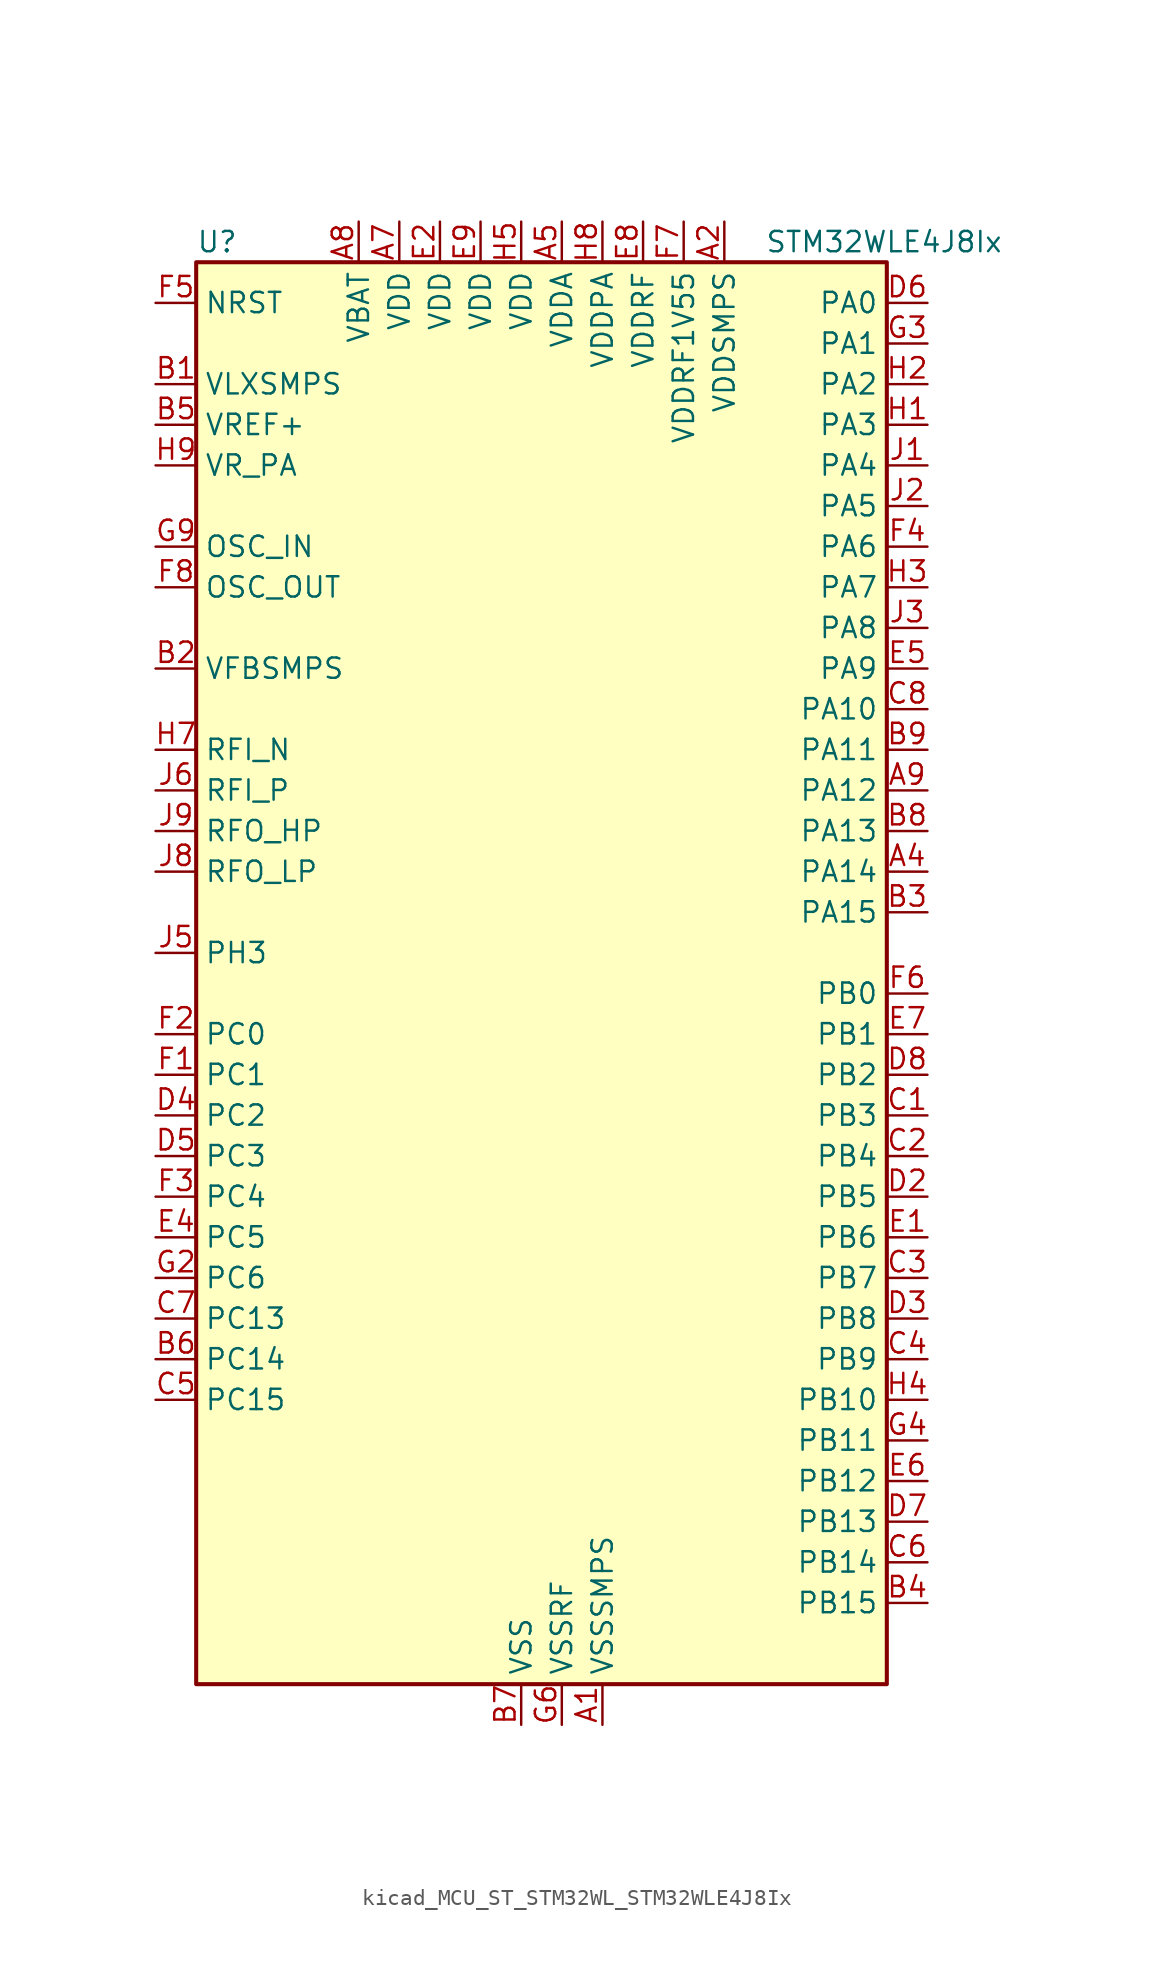
<source format=kicad_sym>
(kicad_symbol_lib
  (version 20220914)
  (generator kicad_symbol_editor)
  (symbol "kicad_MCU_ST_STM32WL_STM32WLE4J8Ix"
    (property "Reference" "U"
      (at -20.32 46.99 0)
      (effects (font (size 1.27 1.27)) (justify left)))
    (property "Value" "STM32WLE4J8Ix"
      (at 15.24 46.99 0)
      (effects (font (size 1.27 1.27)) (justify left)))
    (property "ki_locked" ""
      (at 0 0 0)
      (effects (font (size 1.27 1.27))))
    (symbol "kicad_MCU_ST_STM32WL_STM32WLE4J8Ix_0_1"
      (rectangle (start -20.32 -43.18) (end 22.86 45.72) (stroke (width 0.254) (type default)) (fill (type background))))
    (symbol "kicad_MCU_ST_STM32WL_STM32WLE4J8Ix_1_1"
      (pin power_in line (at 5.08 -45.72 90) (length 2.54) (name "VSSSMPS" (effects (font (size 1.27 1.27)))) (number "A1" (effects (font (size 1.27 1.27)))))
      (pin power_in line (at 12.7 48.26 270) (length 2.54) (name "VDDSMPS" (effects (font (size 1.27 1.27)))) (number "A2" (effects (font (size 1.27 1.27)))))
      (pin bidirectional line (at 25.4 7.62 180) (length 2.54) (name "PA14" (effects (font (size 1.27 1.27)))) (number "A4" (effects (font (size 1.27 1.27)))) (alternate "ADC_IN10" bidirectional line) (alternate "DEBUG_JTCK-SWCLK" bidirectional line) (alternate "I2C1_SMBA" bidirectional line) (alternate "LPTIM1_OUT" bidirectional line))
      (pin power_in line (at 2.54 48.26 270) (length 2.54) (name "VDDA" (effects (font (size 1.27 1.27)))) (number "A5" (effects (font (size 1.27 1.27)))))
      (pin power_in line (at -7.62 48.26 270) (length 2.54) (name "VDD" (effects (font (size 1.27 1.27)))) (number "A7" (effects (font (size 1.27 1.27)))))
      (pin power_in line (at -10.16 48.26 270) (length 2.54) (name "VBAT" (effects (font (size 1.27 1.27)))) (number "A8" (effects (font (size 1.27 1.27)))))
      (pin bidirectional line (at 25.4 12.7 180) (length 2.54) (name "PA12" (effects (font (size 1.27 1.27)))) (number "A9" (effects (font (size 1.27 1.27)))) (alternate "ADC_IN8" bidirectional line) (alternate "DEBUG_RF-BUSY" bidirectional line) (alternate "I2C2_SCL" bidirectional line) (alternate "LPTIM3_IN1" bidirectional line) (alternate "SPI1_MOSI" bidirectional line) (alternate "TIM1_ETR" bidirectional line) (alternate "USART1_DE" bidirectional line) (alternate "USART1_RTS" bidirectional line))
      (pin power_in line (at -22.86 38.1 0) (length 2.54) (name "VLXSMPS" (effects (font (size 1.27 1.27)))) (number "B1" (effects (font (size 1.27 1.27)))))
      (pin input line (at -22.86 20.32 0) (length 2.54) (name "VFBSMPS" (effects (font (size 1.27 1.27)))) (number "B2" (effects (font (size 1.27 1.27)))))
      (pin bidirectional line (at 25.4 5.08 180) (length 2.54) (name "PA15" (effects (font (size 1.27 1.27)))) (number "B3" (effects (font (size 1.27 1.27)))) (alternate "ADC_IN11" bidirectional line) (alternate "COMP1_INM" bidirectional line) (alternate "COMP2_INP" bidirectional line) (alternate "DEBUG_JTDI" bidirectional line) (alternate "I2C2_SDA" bidirectional line) (alternate "SPI1_NSS" bidirectional line) (alternate "TIM2_CH1" bidirectional line) (alternate "TIM2_ETR" bidirectional line))
      (pin bidirectional line (at 25.4 -38.1 180) (length 2.54) (name "PB15" (effects (font (size 1.27 1.27)))) (number "B4" (effects (font (size 1.27 1.27)))) (alternate "I2C2_SCL" bidirectional line) (alternate "I2S2_SD" bidirectional line) (alternate "SPI2_MOSI" bidirectional line) (alternate "TIM1_CH3N" bidirectional line))
      (pin input line (at -22.86 35.56 0) (length 2.54) (name "VREF+" (effects (font (size 1.27 1.27)))) (number "B5" (effects (font (size 1.27 1.27)))) (alternate "VREFBUF_OUT" bidirectional line))
      (pin bidirectional line (at -22.86 -22.86 0) (length 2.54) (name "PC14" (effects (font (size 1.27 1.27)))) (number "B6" (effects (font (size 1.27 1.27)))) (alternate "RCC_OSC32_IN" bidirectional line))
      (pin power_in line (at 0 -45.72 90) (length 2.54) (name "VSS" (effects (font (size 1.27 1.27)))) (number "B7" (effects (font (size 1.27 1.27)))))
      (pin bidirectional line (at 25.4 10.16 180) (length 2.54) (name "PA13" (effects (font (size 1.27 1.27)))) (number "B8" (effects (font (size 1.27 1.27)))) (alternate "ADC_IN9" bidirectional line) (alternate "DEBUG_JTMS-SWDIO" bidirectional line) (alternate "I2C2_SMBA" bidirectional line) (alternate "IR_OUT" bidirectional line))
      (pin bidirectional line (at 25.4 15.24 180) (length 2.54) (name "PA11" (effects (font (size 1.27 1.27)))) (number "B9" (effects (font (size 1.27 1.27)))) (alternate "ADC_EXTI11" bidirectional line) (alternate "ADC_IN7" bidirectional line) (alternate "COMP1_INM" bidirectional line) (alternate "COMP2_INM" bidirectional line) (alternate "DEBUG_RF-NRESET" bidirectional line) (alternate "I2C2_SDA" bidirectional line) (alternate "LPTIM3_ETR" bidirectional line) (alternate "SPI1_MISO" bidirectional line) (alternate "TIM1_BKIN2" bidirectional line) (alternate "TIM1_CH4" bidirectional line) (alternate "USART1_CTS" bidirectional line) (alternate "USART1_NSS" bidirectional line))
      (pin bidirectional line (at 25.4 -7.62 180) (length 2.54) (name "PB3" (effects (font (size 1.27 1.27)))) (number "C1" (effects (font (size 1.27 1.27)))) (alternate "ADC_IN2" bidirectional line) (alternate "COMP1_INM" bidirectional line) (alternate "COMP2_INM" bidirectional line) (alternate "DEBUG_JTDO-SWO" bidirectional line) (alternate "DEBUG_RF-DTB1" bidirectional line) (alternate "PWR_WKUP3" bidirectional line) (alternate "RTC_TAMP_IN3" bidirectional line) (alternate "SPI1_SCK" bidirectional line) (alternate "TIM2_CH2" bidirectional line) (alternate "USART1_DE" bidirectional line) (alternate "USART1_RTS" bidirectional line))
      (pin bidirectional line (at 25.4 -10.16 180) (length 2.54) (name "PB4" (effects (font (size 1.27 1.27)))) (number "C2" (effects (font (size 1.27 1.27)))) (alternate "ADC_IN3" bidirectional line) (alternate "COMP1_INP" bidirectional line) (alternate "COMP2_INP" bidirectional line) (alternate "DEBUG_JTRST" bidirectional line) (alternate "DEBUG_RF-LDORDY" bidirectional line) (alternate "I2C3_SDA" bidirectional line) (alternate "SPI1_MISO" bidirectional line) (alternate "TIM17_BKIN" bidirectional line) (alternate "USART1_CTS" bidirectional line) (alternate "USART1_NSS" bidirectional line))
      (pin bidirectional line (at 25.4 -17.78 180) (length 2.54) (name "PB7" (effects (font (size 1.27 1.27)))) (number "C3" (effects (font (size 1.27 1.27)))) (alternate "I2C1_SDA" bidirectional line) (alternate "LPTIM1_IN2" bidirectional line) (alternate "PWR_PVD_IN" bidirectional line) (alternate "TIM17_CH1N" bidirectional line) (alternate "TIM1_BKIN" bidirectional line) (alternate "USART1_RX" bidirectional line))
      (pin bidirectional line (at 25.4 -22.86 180) (length 2.54) (name "PB9" (effects (font (size 1.27 1.27)))) (number "C4" (effects (font (size 1.27 1.27)))) (alternate "DAC_EXTI9" bidirectional line) (alternate "I2C1_SDA" bidirectional line) (alternate "I2S2_WS" bidirectional line) (alternate "IR_OUT" bidirectional line) (alternate "SPI2_NSS" bidirectional line) (alternate "TIM17_CH1" bidirectional line) (alternate "TIM1_CH3N" bidirectional line))
      (pin bidirectional line (at -22.86 -25.4 0) (length 2.54) (name "PC15" (effects (font (size 1.27 1.27)))) (number "C5" (effects (font (size 1.27 1.27)))) (alternate "RCC_OSC32_OUT" bidirectional line))
      (pin bidirectional line (at 25.4 -35.56 180) (length 2.54) (name "PB14" (effects (font (size 1.27 1.27)))) (number "C6" (effects (font (size 1.27 1.27)))) (alternate "ADC_IN1" bidirectional line) (alternate "I2C3_SDA" bidirectional line) (alternate "I2S2_MCK" bidirectional line) (alternate "SPI2_MISO" bidirectional line) (alternate "TIM1_CH2N" bidirectional line))
      (pin bidirectional line (at -22.86 -20.32 0) (length 2.54) (name "PC13" (effects (font (size 1.27 1.27)))) (number "C7" (effects (font (size 1.27 1.27)))) (alternate "PWR_WKUP2" bidirectional line) (alternate "RTC_OUT1" bidirectional line) (alternate "RTC_TAMP_IN1" bidirectional line) (alternate "RTC_TS" bidirectional line))
      (pin bidirectional line (at 25.4 17.78 180) (length 2.54) (name "PA10" (effects (font (size 1.27 1.27)))) (number "C8" (effects (font (size 1.27 1.27)))) (alternate "ADC_IN6" bidirectional line) (alternate "COMP1_INM" bidirectional line) (alternate "COMP2_INM" bidirectional line) (alternate "DAC_OUT1" bidirectional line) (alternate "DEBUG_RF-HSE32RDY" bidirectional line) (alternate "I2C1_SDA" bidirectional line) (alternate "I2S2_SD" bidirectional line) (alternate "RTC_REFIN" bidirectional line) (alternate "SPI2_MOSI" bidirectional line) (alternate "TIM17_BKIN" bidirectional line) (alternate "TIM1_CH3" bidirectional line) (alternate "USART1_RX" bidirectional line))
      (pin bidirectional line (at 25.4 -12.7 180) (length 2.54) (name "PB5" (effects (font (size 1.27 1.27)))) (number "D2" (effects (font (size 1.27 1.27)))) (alternate "COMP2_OUT" bidirectional line) (alternate "I2C1_SMBA" bidirectional line) (alternate "LPTIM1_IN1" bidirectional line) (alternate "SPI1_MOSI" bidirectional line) (alternate "TIM16_BKIN" bidirectional line) (alternate "USART1_CK" bidirectional line))
      (pin bidirectional line (at 25.4 -20.32 180) (length 2.54) (name "PB8" (effects (font (size 1.27 1.27)))) (number "D3" (effects (font (size 1.27 1.27)))) (alternate "I2C1_SCL" bidirectional line) (alternate "TIM16_CH1" bidirectional line) (alternate "TIM1_CH2N" bidirectional line))
      (pin bidirectional line (at -22.86 -7.62 0) (length 2.54) (name "PC2" (effects (font (size 1.27 1.27)))) (number "D4" (effects (font (size 1.27 1.27)))) (alternate "LPTIM1_IN2" bidirectional line) (alternate "SPI2_MISO" bidirectional line))
      (pin bidirectional line (at -22.86 -10.16 0) (length 2.54) (name "PC3" (effects (font (size 1.27 1.27)))) (number "D5" (effects (font (size 1.27 1.27)))) (alternate "I2S2_SD" bidirectional line) (alternate "LPTIM1_ETR" bidirectional line) (alternate "LPTIM2_ETR" bidirectional line) (alternate "SPI2_MOSI" bidirectional line))
      (pin bidirectional line (at 25.4 43.18 180) (length 2.54) (name "PA0" (effects (font (size 1.27 1.27)))) (number "D6" (effects (font (size 1.27 1.27)))) (alternate "COMP1_OUT" bidirectional line) (alternate "DEBUG_PWR-REGLP1S" bidirectional line) (alternate "I2C3_SMBA" bidirectional line) (alternate "I2S_CKIN" bidirectional line) (alternate "PWR_WKUP1" bidirectional line) (alternate "RTC_TAMP_IN2" bidirectional line) (alternate "TIM2_CH1" bidirectional line) (alternate "TIM2_ETR" bidirectional line) (alternate "USART2_CTS" bidirectional line) (alternate "USART2_NSS" bidirectional line))
      (pin bidirectional line (at 25.4 -33.02 180) (length 2.54) (name "PB13" (effects (font (size 1.27 1.27)))) (number "D7" (effects (font (size 1.27 1.27)))) (alternate "ADC_IN0" bidirectional line) (alternate "I2C3_SCL" bidirectional line) (alternate "I2S2_CK" bidirectional line) (alternate "LPUART1_CTS" bidirectional line) (alternate "SPI2_SCK" bidirectional line) (alternate "TIM1_CH1N" bidirectional line))
      (pin bidirectional line (at 25.4 -5.08 180) (length 2.54) (name "PB2" (effects (font (size 1.27 1.27)))) (number "D8" (effects (font (size 1.27 1.27)))) (alternate "ADC_IN4" bidirectional line) (alternate "COMP1_INP" bidirectional line) (alternate "COMP2_INM" bidirectional line) (alternate "DEBUG_RF-SMPSRDY" bidirectional line) (alternate "I2C3_SMBA" bidirectional line) (alternate "LPTIM1_OUT" bidirectional line) (alternate "SPI1_NSS" bidirectional line))
      (pin passive line (at 0 -45.72 90) (length 2.54) hide (name "VSS" (effects (font (size 1.27 1.27)))) (number "D9" (effects (font (size 1.27 1.27)))))
      (pin bidirectional line (at 25.4 -15.24 180) (length 2.54) (name "PB6" (effects (font (size 1.27 1.27)))) (number "E1" (effects (font (size 1.27 1.27)))) (alternate "I2C1_SCL" bidirectional line) (alternate "LPTIM1_ETR" bidirectional line) (alternate "TIM16_CH1N" bidirectional line) (alternate "USART1_TX" bidirectional line))
      (pin power_in line (at -5.08 48.26 270) (length 2.54) (name "VDD" (effects (font (size 1.27 1.27)))) (number "E2" (effects (font (size 1.27 1.27)))))
      (pin passive line (at 0 -45.72 90) (length 2.54) hide (name "VSS" (effects (font (size 1.27 1.27)))) (number "E3" (effects (font (size 1.27 1.27)))))
      (pin bidirectional line (at -22.86 -15.24 0) (length 2.54) (name "PC5" (effects (font (size 1.27 1.27)))) (number "E4" (effects (font (size 1.27 1.27)))))
      (pin bidirectional line (at 25.4 20.32 180) (length 2.54) (name "PA9" (effects (font (size 1.27 1.27)))) (number "E5" (effects (font (size 1.27 1.27)))) (alternate "DAC_EXTI9" bidirectional line) (alternate "I2C1_SCL" bidirectional line) (alternate "I2S2_CK" bidirectional line) (alternate "I2S2_WS" bidirectional line) (alternate "SPI2_NSS" bidirectional line) (alternate "SPI2_SCK" bidirectional line) (alternate "TIM1_CH2" bidirectional line) (alternate "USART1_TX" bidirectional line))
      (pin bidirectional line (at 25.4 -30.48 180) (length 2.54) (name "PB12" (effects (font (size 1.27 1.27)))) (number "E6" (effects (font (size 1.27 1.27)))) (alternate "I2C3_SMBA" bidirectional line) (alternate "I2S2_WS" bidirectional line) (alternate "LPUART1_RTS" bidirectional line) (alternate "SPI2_NSS" bidirectional line) (alternate "TIM1_BKIN" bidirectional line))
      (pin bidirectional line (at 25.4 -2.54 180) (length 2.54) (name "PB1" (effects (font (size 1.27 1.27)))) (number "E7" (effects (font (size 1.27 1.27)))) (alternate "ADC_IN5" bidirectional line) (alternate "COMP2_INP" bidirectional line) (alternate "LPTIM2_IN1" bidirectional line) (alternate "LPUART1_DE" bidirectional line) (alternate "LPUART1_RTS" bidirectional line))
      (pin power_in line (at 7.62 48.26 270) (length 2.54) (name "VDDRF" (effects (font (size 1.27 1.27)))) (number "E8" (effects (font (size 1.27 1.27)))))
      (pin power_in line (at -2.54 48.26 270) (length 2.54) (name "VDD" (effects (font (size 1.27 1.27)))) (number "E9" (effects (font (size 1.27 1.27)))))
      (pin bidirectional line (at -22.86 -5.08 0) (length 2.54) (name "PC1" (effects (font (size 1.27 1.27)))) (number "F1" (effects (font (size 1.27 1.27)))) (alternate "I2C3_SDA" bidirectional line) (alternate "I2S2_SD" bidirectional line) (alternate "LPTIM1_OUT" bidirectional line) (alternate "LPUART1_TX" bidirectional line) (alternate "SPI2_MOSI" bidirectional line))
      (pin bidirectional line (at -22.86 -2.54 0) (length 2.54) (name "PC0" (effects (font (size 1.27 1.27)))) (number "F2" (effects (font (size 1.27 1.27)))) (alternate "I2C3_SCL" bidirectional line) (alternate "LPTIM1_IN1" bidirectional line) (alternate "LPTIM2_IN1" bidirectional line) (alternate "LPUART1_RX" bidirectional line))
      (pin bidirectional line (at -22.86 -12.7 0) (length 2.54) (name "PC4" (effects (font (size 1.27 1.27)))) (number "F3" (effects (font (size 1.27 1.27)))))
      (pin bidirectional line (at 25.4 27.94 180) (length 2.54) (name "PA6" (effects (font (size 1.27 1.27)))) (number "F4" (effects (font (size 1.27 1.27)))) (alternate "DEBUG_SUBGHZSPI-MISOOUT" bidirectional line) (alternate "I2C2_SMBA" bidirectional line) (alternate "LPUART1_CTS" bidirectional line) (alternate "SPI1_MISO" bidirectional line) (alternate "TIM16_CH1" bidirectional line) (alternate "TIM1_BKIN" bidirectional line))
      (pin input line (at -22.86 43.18 0) (length 2.54) (name "NRST" (effects (font (size 1.27 1.27)))) (number "F5" (effects (font (size 1.27 1.27)))))
      (pin bidirectional line (at 25.4 0 180) (length 2.54) (name "PB0" (effects (font (size 1.27 1.27)))) (number "F6" (effects (font (size 1.27 1.27)))) (alternate "COMP1_OUT" bidirectional line) (alternate "VDDTCXO" bidirectional line))
      (pin power_in line (at 10.16 48.26 270) (length 2.54) (name "VDDRF1V55" (effects (font (size 1.27 1.27)))) (number "F7" (effects (font (size 1.27 1.27)))))
      (pin input line (at -22.86 25.4 0) (length 2.54) (name "OSC_OUT" (effects (font (size 1.27 1.27)))) (number "F8" (effects (font (size 1.27 1.27)))) (alternate "RCC_OSC_OUT" bidirectional line))
      (pin bidirectional line (at -22.86 -17.78 0) (length 2.54) (name "PC6" (effects (font (size 1.27 1.27)))) (number "G2" (effects (font (size 1.27 1.27)))) (alternate "I2S2_MCK" bidirectional line))
      (pin bidirectional line (at 25.4 40.64 180) (length 2.54) (name "PA1" (effects (font (size 1.27 1.27)))) (number "G3" (effects (font (size 1.27 1.27)))) (alternate "DEBUG_PWR-REGLP2S" bidirectional line) (alternate "I2C1_SMBA" bidirectional line) (alternate "LPTIM3_OUT" bidirectional line) (alternate "LPUART1_RTS" bidirectional line) (alternate "SPI1_SCK" bidirectional line) (alternate "TIM2_CH2" bidirectional line) (alternate "USART2_DE" bidirectional line) (alternate "USART2_RTS" bidirectional line))
      (pin bidirectional line (at 25.4 -27.94 180) (length 2.54) (name "PB11" (effects (font (size 1.27 1.27)))) (number "G4" (effects (font (size 1.27 1.27)))) (alternate "ADC_EXTI11" bidirectional line) (alternate "COMP2_OUT" bidirectional line) (alternate "I2C3_SDA" bidirectional line) (alternate "LPUART1_TX" bidirectional line) (alternate "TIM2_CH4" bidirectional line))
      (pin passive line (at 0 -45.72 90) (length 2.54) hide (name "VSS" (effects (font (size 1.27 1.27)))) (number "G5" (effects (font (size 1.27 1.27)))))
      (pin power_in line (at 2.54 -45.72 90) (length 2.54) (name "VSSRF" (effects (font (size 1.27 1.27)))) (number "G6" (effects (font (size 1.27 1.27)))))
      (pin passive line (at 2.54 -45.72 90) (length 2.54) hide (name "VSSRF" (effects (font (size 1.27 1.27)))) (number "G7" (effects (font (size 1.27 1.27)))))
      (pin passive line (at 2.54 -45.72 90) (length 2.54) hide (name "VSSRF" (effects (font (size 1.27 1.27)))) (number "G8" (effects (font (size 1.27 1.27)))))
      (pin input line (at -22.86 27.94 0) (length 2.54) (name "OSC_IN" (effects (font (size 1.27 1.27)))) (number "G9" (effects (font (size 1.27 1.27)))) (alternate "RCC_OSC_IN" bidirectional line))
      (pin bidirectional line (at 25.4 35.56 180) (length 2.54) (name "PA3" (effects (font (size 1.27 1.27)))) (number "H1" (effects (font (size 1.27 1.27)))) (alternate "I2S2_MCK" bidirectional line) (alternate "LPUART1_RX" bidirectional line) (alternate "TIM2_CH4" bidirectional line) (alternate "USART2_RX" bidirectional line))
      (pin bidirectional line (at 25.4 38.1 180) (length 2.54) (name "PA2" (effects (font (size 1.27 1.27)))) (number "H2" (effects (font (size 1.27 1.27)))) (alternate "COMP2_OUT" bidirectional line) (alternate "DEBUG_PWR-LDORDY" bidirectional line) (alternate "LPUART1_TX" bidirectional line) (alternate "RCC_LSCO" bidirectional line) (alternate "TIM2_CH3" bidirectional line) (alternate "USART2_TX" bidirectional line))
      (pin bidirectional line (at 25.4 25.4 180) (length 2.54) (name "PA7" (effects (font (size 1.27 1.27)))) (number "H3" (effects (font (size 1.27 1.27)))) (alternate "COMP2_OUT" bidirectional line) (alternate "DEBUG_SUBGHZSPI-MOSIOUT" bidirectional line) (alternate "I2C3_SCL" bidirectional line) (alternate "SPI1_MOSI" bidirectional line) (alternate "TIM17_CH1" bidirectional line) (alternate "TIM1_CH1N" bidirectional line))
      (pin bidirectional line (at 25.4 -25.4 180) (length 2.54) (name "PB10" (effects (font (size 1.27 1.27)))) (number "H4" (effects (font (size 1.27 1.27)))) (alternate "COMP1_OUT" bidirectional line) (alternate "I2C3_SCL" bidirectional line) (alternate "I2S2_CK" bidirectional line) (alternate "LPUART1_RX" bidirectional line) (alternate "SPI2_SCK" bidirectional line) (alternate "TIM2_CH3" bidirectional line))
      (pin power_in line (at 0 48.26 270) (length 2.54) (name "VDD" (effects (font (size 1.27 1.27)))) (number "H5" (effects (font (size 1.27 1.27)))))
      (pin passive line (at 2.54 -45.72 90) (length 2.54) hide (name "VSSRF" (effects (font (size 1.27 1.27)))) (number "H6" (effects (font (size 1.27 1.27)))))
      (pin bidirectional line (at -22.86 15.24 0) (length 2.54) (name "RFI_N" (effects (font (size 1.27 1.27)))) (number "H7" (effects (font (size 1.27 1.27)))))
      (pin power_in line (at 5.08 48.26 270) (length 2.54) (name "VDDPA" (effects (font (size 1.27 1.27)))) (number "H8" (effects (font (size 1.27 1.27)))))
      (pin power_in line (at -22.86 33.02 0) (length 2.54) (name "VR_PA" (effects (font (size 1.27 1.27)))) (number "H9" (effects (font (size 1.27 1.27)))))
      (pin bidirectional line (at 25.4 33.02 180) (length 2.54) (name "PA4" (effects (font (size 1.27 1.27)))) (number "J1" (effects (font (size 1.27 1.27)))) (alternate "DEBUG_SUBGHZSPI-NSSOUT" bidirectional line) (alternate "LPTIM1_OUT" bidirectional line) (alternate "LPTIM2_OUT" bidirectional line) (alternate "RTC_OUT2" bidirectional line) (alternate "SPI1_NSS" bidirectional line) (alternate "USART2_CK" bidirectional line))
      (pin bidirectional line (at 25.4 30.48 180) (length 2.54) (name "PA5" (effects (font (size 1.27 1.27)))) (number "J2" (effects (font (size 1.27 1.27)))) (alternate "DEBUG_SUBGHZSPI-SCKOUT" bidirectional line) (alternate "LPTIM2_ETR" bidirectional line) (alternate "SPI1_SCK" bidirectional line) (alternate "SPI2_MISO" bidirectional line) (alternate "TIM2_CH1" bidirectional line) (alternate "TIM2_ETR" bidirectional line))
      (pin bidirectional line (at 25.4 22.86 180) (length 2.54) (name "PA8" (effects (font (size 1.27 1.27)))) (number "J3" (effects (font (size 1.27 1.27)))) (alternate "I2S2_CK" bidirectional line) (alternate "LPTIM2_OUT" bidirectional line) (alternate "RCC_MCO" bidirectional line) (alternate "SPI2_SCK" bidirectional line) (alternate "TIM1_CH1" bidirectional line) (alternate "USART1_CK" bidirectional line))
      (pin bidirectional line (at -22.86 2.54 0) (length 2.54) (name "PH3" (effects (font (size 1.27 1.27)))) (number "J5" (effects (font (size 1.27 1.27)))))
      (pin bidirectional line (at -22.86 12.7 0) (length 2.54) (name "RFI_P" (effects (font (size 1.27 1.27)))) (number "J6" (effects (font (size 1.27 1.27)))))
      (pin bidirectional line (at -22.86 7.62 0) (length 2.54) (name "RFO_LP" (effects (font (size 1.27 1.27)))) (number "J8" (effects (font (size 1.27 1.27)))))
      (pin bidirectional line (at -22.86 10.16 0) (length 2.54) (name "RFO_HP" (effects (font (size 1.27 1.27)))) (number "J9" (effects (font (size 1.27 1.27))))))))
</source>
